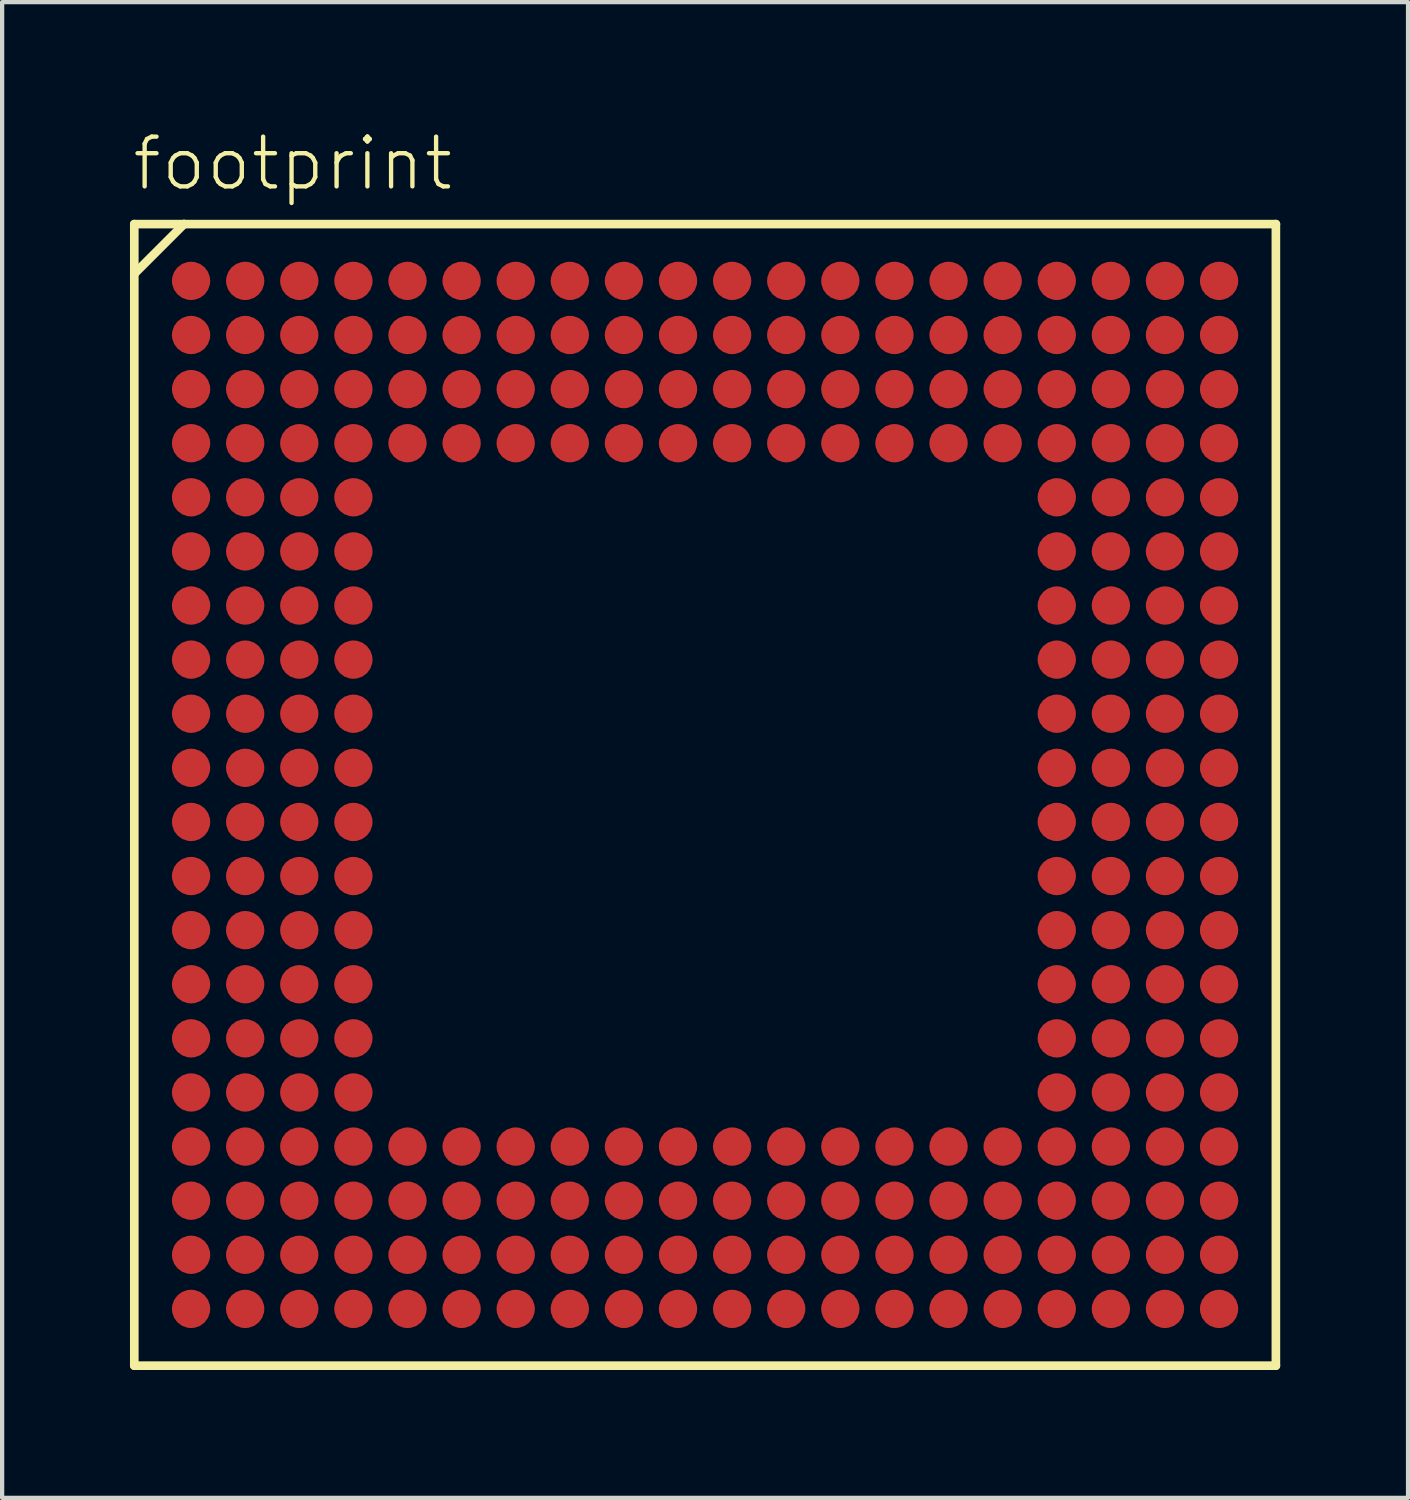
<source format=kicad_pcb>
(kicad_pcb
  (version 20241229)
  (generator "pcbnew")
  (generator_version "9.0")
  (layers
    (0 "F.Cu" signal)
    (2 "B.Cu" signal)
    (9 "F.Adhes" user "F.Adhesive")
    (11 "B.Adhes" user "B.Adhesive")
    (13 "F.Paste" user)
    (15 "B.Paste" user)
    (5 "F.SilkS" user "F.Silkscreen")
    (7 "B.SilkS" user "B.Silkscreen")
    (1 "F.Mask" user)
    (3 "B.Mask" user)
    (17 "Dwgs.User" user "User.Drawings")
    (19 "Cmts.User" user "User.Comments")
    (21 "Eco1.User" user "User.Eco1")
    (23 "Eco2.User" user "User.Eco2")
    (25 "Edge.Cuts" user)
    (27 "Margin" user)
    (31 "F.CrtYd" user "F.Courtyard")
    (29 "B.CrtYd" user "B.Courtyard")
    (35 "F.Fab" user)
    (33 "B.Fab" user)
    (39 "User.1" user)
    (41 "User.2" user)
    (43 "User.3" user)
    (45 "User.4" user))
  (footprint "footprint"
    (layer "F.Cu")
    (at 13.5 15.608)
    (property "Reference" "footprint" (at -13.5 -14.135 0) (layer "F.SilkS") (effects (font (size 1.168 1.168) (thickness 0.102)) (justify left bottom)))
    (fp_circle (center -12.065 -12.065) (end -11.84 -12.065) (stroke (width 0.45) (type solid)) (fill yes) (layer "F.Mask"))
    (fp_circle (center -12.065 -10.795) (end -11.84 -10.795) (stroke (width 0.45) (type solid)) (fill yes) (layer "F.Mask"))
    (fp_circle (center -12.065 -9.525) (end -11.84 -9.525) (stroke (width 0.45) (type solid)) (fill yes) (layer "F.Mask"))
    (fp_circle (center -12.065 -8.255) (end -11.84 -8.255) (stroke (width 0.45) (type solid)) (fill yes) (layer "F.Mask"))
    (fp_circle (center -12.065 -6.985) (end -11.84 -6.985) (stroke (width 0.45) (type solid)) (fill yes) (layer "F.Mask"))
    (fp_circle (center -12.065 -5.715) (end -11.84 -5.715) (stroke (width 0.45) (type solid)) (fill yes) (layer "F.Mask"))
    (fp_circle (center -12.065 -4.445) (end -11.84 -4.445) (stroke (width 0.45) (type solid)) (fill yes) (layer "F.Mask"))
    (fp_circle (center -12.065 -3.175) (end -11.84 -3.175) (stroke (width 0.45) (type solid)) (fill yes) (layer "F.Mask"))
    (fp_circle (center -12.065 -1.905) (end -11.84 -1.905) (stroke (width 0.45) (type solid)) (fill yes) (layer "F.Mask"))
    (fp_circle (center -12.065 -0.635) (end -11.84 -0.635) (stroke (width 0.45) (type solid)) (fill yes) (layer "F.Mask"))
    (fp_circle (center -12.065 0.635) (end -11.84 0.635) (stroke (width 0.45) (type solid)) (fill yes) (layer "F.Mask"))
    (fp_circle (center -12.065 1.905) (end -11.84 1.905) (stroke (width 0.45) (type solid)) (fill yes) (layer "F.Mask"))
    (fp_circle (center -12.065 3.175) (end -11.84 3.175) (stroke (width 0.45) (type solid)) (fill yes) (layer "F.Mask"))
    (fp_circle (center -12.065 4.445) (end -11.84 4.445) (stroke (width 0.45) (type solid)) (fill yes) (layer "F.Mask"))
    (fp_circle (center -12.065 5.715) (end -11.84 5.715) (stroke (width 0.45) (type solid)) (fill yes) (layer "F.Mask"))
    (fp_circle (center -12.065 6.985) (end -11.84 6.985) (stroke (width 0.45) (type solid)) (fill yes) (layer "F.Mask"))
    (fp_circle (center -12.065 8.255) (end -11.84 8.255) (stroke (width 0.45) (type solid)) (fill yes) (layer "F.Mask"))
    (fp_circle (center -12.065 9.525) (end -11.84 9.525) (stroke (width 0.45) (type solid)) (fill yes) (layer "F.Mask"))
    (fp_circle (center -12.065 10.795) (end -11.84 10.795) (stroke (width 0.45) (type solid)) (fill yes) (layer "F.Mask"))
    (fp_circle (center -12.065 12.065) (end -11.84 12.065) (stroke (width 0.45) (type solid)) (fill yes) (layer "F.Mask"))
    (fp_circle (center -10.795 -12.065) (end -10.57 -12.065) (stroke (width 0.45) (type solid)) (fill yes) (layer "F.Mask"))
    (fp_circle (center -10.795 -10.795) (end -10.57 -10.795) (stroke (width 0.45) (type solid)) (fill yes) (layer "F.Mask"))
    (fp_circle (center -10.795 -9.525) (end -10.57 -9.525) (stroke (width 0.45) (type solid)) (fill yes) (layer "F.Mask"))
    (fp_circle (center -10.795 -8.255) (end -10.57 -8.255) (stroke (width 0.45) (type solid)) (fill yes) (layer "F.Mask"))
    (fp_circle (center -10.795 -6.985) (end -10.57 -6.985) (stroke (width 0.45) (type solid)) (fill yes) (layer "F.Mask"))
    (fp_circle (center -10.795 -5.715) (end -10.57 -5.715) (stroke (width 0.45) (type solid)) (fill yes) (layer "F.Mask"))
    (fp_circle (center -10.795 -4.445) (end -10.57 -4.445) (stroke (width 0.45) (type solid)) (fill yes) (layer "F.Mask"))
    (fp_circle (center -10.795 -3.175) (end -10.57 -3.175) (stroke (width 0.45) (type solid)) (fill yes) (layer "F.Mask"))
    (fp_circle (center -10.795 -1.905) (end -10.57 -1.905) (stroke (width 0.45) (type solid)) (fill yes) (layer "F.Mask"))
    (fp_circle (center -10.795 -0.635) (end -10.57 -0.635) (stroke (width 0.45) (type solid)) (fill yes) (layer "F.Mask"))
    (fp_circle (center -10.795 0.635) (end -10.57 0.635) (stroke (width 0.45) (type solid)) (fill yes) (layer "F.Mask"))
    (fp_circle (center -10.795 1.905) (end -10.57 1.905) (stroke (width 0.45) (type solid)) (fill yes) (layer "F.Mask"))
    (fp_circle (center -10.795 3.175) (end -10.57 3.175) (stroke (width 0.45) (type solid)) (fill yes) (layer "F.Mask"))
    (fp_circle (center -10.795 4.445) (end -10.57 4.445) (stroke (width 0.45) (type solid)) (fill yes) (layer "F.Mask"))
    (fp_circle (center -10.795 5.715) (end -10.57 5.715) (stroke (width 0.45) (type solid)) (fill yes) (layer "F.Mask"))
    (fp_circle (center -10.795 6.985) (end -10.57 6.985) (stroke (width 0.45) (type solid)) (fill yes) (layer "F.Mask"))
    (fp_circle (center -10.795 8.255) (end -10.57 8.255) (stroke (width 0.45) (type solid)) (fill yes) (layer "F.Mask"))
    (fp_circle (center -10.795 9.525) (end -10.57 9.525) (stroke (width 0.45) (type solid)) (fill yes) (layer "F.Mask"))
    (fp_circle (center -10.795 10.795) (end -10.57 10.795) (stroke (width 0.45) (type solid)) (fill yes) (layer "F.Mask"))
    (fp_circle (center -10.795 12.065) (end -10.57 12.065) (stroke (width 0.45) (type solid)) (fill yes) (layer "F.Mask"))
    (fp_circle (center -9.525 -12.065) (end -9.3 -12.065) (stroke (width 0.45) (type solid)) (fill yes) (layer "F.Mask"))
    (fp_circle (center -9.525 -10.795) (end -9.3 -10.795) (stroke (width 0.45) (type solid)) (fill yes) (layer "F.Mask"))
    (fp_circle (center -9.525 -9.525) (end -9.3 -9.525) (stroke (width 0.45) (type solid)) (fill yes) (layer "F.Mask"))
    (fp_circle (center -9.525 -8.255) (end -9.3 -8.255) (stroke (width 0.45) (type solid)) (fill yes) (layer "F.Mask"))
    (fp_circle (center -9.525 -6.985) (end -9.3 -6.985) (stroke (width 0.45) (type solid)) (fill yes) (layer "F.Mask"))
    (fp_circle (center -9.525 -5.715) (end -9.3 -5.715) (stroke (width 0.45) (type solid)) (fill yes) (layer "F.Mask"))
    (fp_circle (center -9.525 -4.445) (end -9.3 -4.445) (stroke (width 0.45) (type solid)) (fill yes) (layer "F.Mask"))
    (fp_circle (center -9.525 -3.175) (end -9.3 -3.175) (stroke (width 0.45) (type solid)) (fill yes) (layer "F.Mask"))
    (fp_circle (center -9.525 -1.905) (end -9.3 -1.905) (stroke (width 0.45) (type solid)) (fill yes) (layer "F.Mask"))
    (fp_circle (center -9.525 -0.635) (end -9.3 -0.635) (stroke (width 0.45) (type solid)) (fill yes) (layer "F.Mask"))
    (fp_circle (center -9.525 0.635) (end -9.3 0.635) (stroke (width 0.45) (type solid)) (fill yes) (layer "F.Mask"))
    (fp_circle (center -9.525 1.905) (end -9.3 1.905) (stroke (width 0.45) (type solid)) (fill yes) (layer "F.Mask"))
    (fp_circle (center -9.525 3.175) (end -9.3 3.175) (stroke (width 0.45) (type solid)) (fill yes) (layer "F.Mask"))
    (fp_circle (center -9.525 4.445) (end -9.3 4.445) (stroke (width 0.45) (type solid)) (fill yes) (layer "F.Mask"))
    (fp_circle (center -9.525 5.715) (end -9.3 5.715) (stroke (width 0.45) (type solid)) (fill yes) (layer "F.Mask"))
    (fp_circle (center -9.525 6.985) (end -9.3 6.985) (stroke (width 0.45) (type solid)) (fill yes) (layer "F.Mask"))
    (fp_circle (center -9.525 8.255) (end -9.3 8.255) (stroke (width 0.45) (type solid)) (fill yes) (layer "F.Mask"))
    (fp_circle (center -9.525 9.525) (end -9.3 9.525) (stroke (width 0.45) (type solid)) (fill yes) (layer "F.Mask"))
    (fp_circle (center -9.525 10.795) (end -9.3 10.795) (stroke (width 0.45) (type solid)) (fill yes) (layer "F.Mask"))
    (fp_circle (center -9.525 12.065) (end -9.3 12.065) (stroke (width 0.45) (type solid)) (fill yes) (layer "F.Mask"))
    (fp_circle (center -8.255 -12.065) (end -8.03 -12.065) (stroke (width 0.45) (type solid)) (fill yes) (layer "F.Mask"))
    (fp_circle (center -8.255 -10.795) (end -8.03 -10.795) (stroke (width 0.45) (type solid)) (fill yes) (layer "F.Mask"))
    (fp_circle (center -8.255 -9.525) (end -8.03 -9.525) (stroke (width 0.45) (type solid)) (fill yes) (layer "F.Mask"))
    (fp_circle (center -8.255 -8.255) (end -8.03 -8.255) (stroke (width 0.45) (type solid)) (fill yes) (layer "F.Mask"))
    (fp_circle (center -8.255 -6.985) (end -8.03 -6.985) (stroke (width 0.45) (type solid)) (fill yes) (layer "F.Mask"))
    (fp_circle (center -8.255 -5.715) (end -8.03 -5.715) (stroke (width 0.45) (type solid)) (fill yes) (layer "F.Mask"))
    (fp_circle (center -8.255 -4.445) (end -8.03 -4.445) (stroke (width 0.45) (type solid)) (fill yes) (layer "F.Mask"))
    (fp_circle (center -8.255 -3.175) (end -8.03 -3.175) (stroke (width 0.45) (type solid)) (fill yes) (layer "F.Mask"))
    (fp_circle (center -8.255 -1.905) (end -8.03 -1.905) (stroke (width 0.45) (type solid)) (fill yes) (layer "F.Mask"))
    (fp_circle (center -8.255 -0.635) (end -8.03 -0.635) (stroke (width 0.45) (type solid)) (fill yes) (layer "F.Mask"))
    (fp_circle (center -8.255 0.635) (end -8.03 0.635) (stroke (width 0.45) (type solid)) (fill yes) (layer "F.Mask"))
    (fp_circle (center -8.255 1.905) (end -8.03 1.905) (stroke (width 0.45) (type solid)) (fill yes) (layer "F.Mask"))
    (fp_circle (center -8.255 3.175) (end -8.03 3.175) (stroke (width 0.45) (type solid)) (fill yes) (layer "F.Mask"))
    (fp_circle (center -8.255 4.445) (end -8.03 4.445) (stroke (width 0.45) (type solid)) (fill yes) (layer "F.Mask"))
    (fp_circle (center -8.255 5.715) (end -8.03 5.715) (stroke (width 0.45) (type solid)) (fill yes) (layer "F.Mask"))
    (fp_circle (center -8.255 6.985) (end -8.03 6.985) (stroke (width 0.45) (type solid)) (fill yes) (layer "F.Mask"))
    (fp_circle (center -8.255 8.255) (end -8.03 8.255) (stroke (width 0.45) (type solid)) (fill yes) (layer "F.Mask"))
    (fp_circle (center -8.255 9.525) (end -8.03 9.525) (stroke (width 0.45) (type solid)) (fill yes) (layer "F.Mask"))
    (fp_circle (center -8.255 10.795) (end -8.03 10.795) (stroke (width 0.45) (type solid)) (fill yes) (layer "F.Mask"))
    (fp_circle (center -8.255 12.065) (end -8.03 12.065) (stroke (width 0.45) (type solid)) (fill yes) (layer "F.Mask"))
    (fp_circle (center -6.985 -12.065) (end -6.76 -12.065) (stroke (width 0.45) (type solid)) (fill yes) (layer "F.Mask"))
    (fp_circle (center -6.985 -10.795) (end -6.76 -10.795) (stroke (width 0.45) (type solid)) (fill yes) (layer "F.Mask"))
    (fp_circle (center -6.985 -9.525) (end -6.76 -9.525) (stroke (width 0.45) (type solid)) (fill yes) (layer "F.Mask"))
    (fp_circle (center -6.985 -8.255) (end -6.76 -8.255) (stroke (width 0.45) (type solid)) (fill yes) (layer "F.Mask"))
    (fp_circle (center -6.985 8.255) (end -6.76 8.255) (stroke (width 0.45) (type solid)) (fill yes) (layer "F.Mask"))
    (fp_circle (center -6.985 9.525) (end -6.76 9.525) (stroke (width 0.45) (type solid)) (fill yes) (layer "F.Mask"))
    (fp_circle (center -6.985 10.795) (end -6.76 10.795) (stroke (width 0.45) (type solid)) (fill yes) (layer "F.Mask"))
    (fp_circle (center -6.985 12.065) (end -6.76 12.065) (stroke (width 0.45) (type solid)) (fill yes) (layer "F.Mask"))
    (fp_circle (center -5.715 -12.065) (end -5.49 -12.065) (stroke (width 0.45) (type solid)) (fill yes) (layer "F.Mask"))
    (fp_circle (center -5.715 -10.795) (end -5.49 -10.795) (stroke (width 0.45) (type solid)) (fill yes) (layer "F.Mask"))
    (fp_circle (center -5.715 -9.525) (end -5.49 -9.525) (stroke (width 0.45) (type solid)) (fill yes) (layer "F.Mask"))
    (fp_circle (center -5.715 -8.255) (end -5.49 -8.255) (stroke (width 0.45) (type solid)) (fill yes) (layer "F.Mask"))
    (fp_circle (center -5.715 8.255) (end -5.49 8.255) (stroke (width 0.45) (type solid)) (fill yes) (layer "F.Mask"))
    (fp_circle (center -5.715 9.525) (end -5.49 9.525) (stroke (width 0.45) (type solid)) (fill yes) (layer "F.Mask"))
    (fp_circle (center -5.715 10.795) (end -5.49 10.795) (stroke (width 0.45) (type solid)) (fill yes) (layer "F.Mask"))
    (fp_circle (center -5.715 12.065) (end -5.49 12.065) (stroke (width 0.45) (type solid)) (fill yes) (layer "F.Mask"))
    (fp_circle (center -4.445 -12.065) (end -4.22 -12.065) (stroke (width 0.45) (type solid)) (fill yes) (layer "F.Mask"))
    (fp_circle (center -4.445 -10.795) (end -4.22 -10.795) (stroke (width 0.45) (type solid)) (fill yes) (layer "F.Mask"))
    (fp_circle (center -4.445 -9.525) (end -4.22 -9.525) (stroke (width 0.45) (type solid)) (fill yes) (layer "F.Mask"))
    (fp_circle (center -4.445 -8.255) (end -4.22 -8.255) (stroke (width 0.45) (type solid)) (fill yes) (layer "F.Mask"))
    (fp_circle (center -4.445 8.255) (end -4.22 8.255) (stroke (width 0.45) (type solid)) (fill yes) (layer "F.Mask"))
    (fp_circle (center -4.445 9.525) (end -4.22 9.525) (stroke (width 0.45) (type solid)) (fill yes) (layer "F.Mask"))
    (fp_circle (center -4.445 10.795) (end -4.22 10.795) (stroke (width 0.45) (type solid)) (fill yes) (layer "F.Mask"))
    (fp_circle (center -4.445 12.065) (end -4.22 12.065) (stroke (width 0.45) (type solid)) (fill yes) (layer "F.Mask"))
    (fp_circle (center -3.175 -12.065) (end -2.95 -12.065) (stroke (width 0.45) (type solid)) (fill yes) (layer "F.Mask"))
    (fp_circle (center -3.175 -10.795) (end -2.95 -10.795) (stroke (width 0.45) (type solid)) (fill yes) (layer "F.Mask"))
    (fp_circle (center -3.175 -9.525) (end -2.95 -9.525) (stroke (width 0.45) (type solid)) (fill yes) (layer "F.Mask"))
    (fp_circle (center -3.175 -8.255) (end -2.95 -8.255) (stroke (width 0.45) (type solid)) (fill yes) (layer "F.Mask"))
    (fp_circle (center -3.175 8.255) (end -2.95 8.255) (stroke (width 0.45) (type solid)) (fill yes) (layer "F.Mask"))
    (fp_circle (center -3.175 9.525) (end -2.95 9.525) (stroke (width 0.45) (type solid)) (fill yes) (layer "F.Mask"))
    (fp_circle (center -3.175 10.795) (end -2.95 10.795) (stroke (width 0.45) (type solid)) (fill yes) (layer "F.Mask"))
    (fp_circle (center -3.175 12.065) (end -2.95 12.065) (stroke (width 0.45) (type solid)) (fill yes) (layer "F.Mask"))
    (fp_circle (center -1.905 -12.065) (end -1.68 -12.065) (stroke (width 0.45) (type solid)) (fill yes) (layer "F.Mask"))
    (fp_circle (center -1.905 -10.795) (end -1.68 -10.795) (stroke (width 0.45) (type solid)) (fill yes) (layer "F.Mask"))
    (fp_circle (center -1.905 -9.525) (end -1.68 -9.525) (stroke (width 0.45) (type solid)) (fill yes) (layer "F.Mask"))
    (fp_circle (center -1.905 -8.255) (end -1.68 -8.255) (stroke (width 0.45) (type solid)) (fill yes) (layer "F.Mask"))
    (fp_circle (center -1.905 8.255) (end -1.68 8.255) (stroke (width 0.45) (type solid)) (fill yes) (layer "F.Mask"))
    (fp_circle (center -1.905 9.525) (end -1.68 9.525) (stroke (width 0.45) (type solid)) (fill yes) (layer "F.Mask"))
    (fp_circle (center -1.905 10.795) (end -1.68 10.795) (stroke (width 0.45) (type solid)) (fill yes) (layer "F.Mask"))
    (fp_circle (center -1.905 12.065) (end -1.68 12.065) (stroke (width 0.45) (type solid)) (fill yes) (layer "F.Mask"))
    (fp_circle (center -0.635 -12.065) (end -0.41 -12.065) (stroke (width 0.45) (type solid)) (fill yes) (layer "F.Mask"))
    (fp_circle (center -0.635 -10.795) (end -0.41 -10.795) (stroke (width 0.45) (type solid)) (fill yes) (layer "F.Mask"))
    (fp_circle (center -0.635 -9.525) (end -0.41 -9.525) (stroke (width 0.45) (type solid)) (fill yes) (layer "F.Mask"))
    (fp_circle (center -0.635 -8.255) (end -0.41 -8.255) (stroke (width 0.45) (type solid)) (fill yes) (layer "F.Mask"))
    (fp_circle (center -0.635 8.255) (end -0.41 8.255) (stroke (width 0.45) (type solid)) (fill yes) (layer "F.Mask"))
    (fp_circle (center -0.635 9.525) (end -0.41 9.525) (stroke (width 0.45) (type solid)) (fill yes) (layer "F.Mask"))
    (fp_circle (center -0.635 10.795) (end -0.41 10.795) (stroke (width 0.45) (type solid)) (fill yes) (layer "F.Mask"))
    (fp_circle (center -0.635 12.065) (end -0.41 12.065) (stroke (width 0.45) (type solid)) (fill yes) (layer "F.Mask"))
    (fp_circle (center 0.635 -12.065) (end 0.86 -12.065) (stroke (width 0.45) (type solid)) (fill yes) (layer "F.Mask"))
    (fp_circle (center 0.635 -10.795) (end 0.86 -10.795) (stroke (width 0.45) (type solid)) (fill yes) (layer "F.Mask"))
    (fp_circle (center 0.635 -9.525) (end 0.86 -9.525) (stroke (width 0.45) (type solid)) (fill yes) (layer "F.Mask"))
    (fp_circle (center 0.635 -8.255) (end 0.86 -8.255) (stroke (width 0.45) (type solid)) (fill yes) (layer "F.Mask"))
    (fp_circle (center 0.635 8.255) (end 0.86 8.255) (stroke (width 0.45) (type solid)) (fill yes) (layer "F.Mask"))
    (fp_circle (center 0.635 9.525) (end 0.86 9.525) (stroke (width 0.45) (type solid)) (fill yes) (layer "F.Mask"))
    (fp_circle (center 0.635 10.795) (end 0.86 10.795) (stroke (width 0.45) (type solid)) (fill yes) (layer "F.Mask"))
    (fp_circle (center 0.635 12.065) (end 0.86 12.065) (stroke (width 0.45) (type solid)) (fill yes) (layer "F.Mask"))
    (fp_circle (center 1.905 -12.065) (end 2.13 -12.065) (stroke (width 0.45) (type solid)) (fill yes) (layer "F.Mask"))
    (fp_circle (center 1.905 -10.795) (end 2.13 -10.795) (stroke (width 0.45) (type solid)) (fill yes) (layer "F.Mask"))
    (fp_circle (center 1.905 -9.525) (end 2.13 -9.525) (stroke (width 0.45) (type solid)) (fill yes) (layer "F.Mask"))
    (fp_circle (center 1.905 -8.255) (end 2.13 -8.255) (stroke (width 0.45) (type solid)) (fill yes) (layer "F.Mask"))
    (fp_circle (center 1.905 8.255) (end 2.13 8.255) (stroke (width 0.45) (type solid)) (fill yes) (layer "F.Mask"))
    (fp_circle (center 1.905 9.525) (end 2.13 9.525) (stroke (width 0.45) (type solid)) (fill yes) (layer "F.Mask"))
    (fp_circle (center 1.905 10.795) (end 2.13 10.795) (stroke (width 0.45) (type solid)) (fill yes) (layer "F.Mask"))
    (fp_circle (center 1.905 12.065) (end 2.13 12.065) (stroke (width 0.45) (type solid)) (fill yes) (layer "F.Mask"))
    (fp_circle (center 3.175 -12.065) (end 3.4 -12.065) (stroke (width 0.45) (type solid)) (fill yes) (layer "F.Mask"))
    (fp_circle (center 3.175 -10.795) (end 3.4 -10.795) (stroke (width 0.45) (type solid)) (fill yes) (layer "F.Mask"))
    (fp_circle (center 3.175 -9.525) (end 3.4 -9.525) (stroke (width 0.45) (type solid)) (fill yes) (layer "F.Mask"))
    (fp_circle (center 3.175 -8.255) (end 3.4 -8.255) (stroke (width 0.45) (type solid)) (fill yes) (layer "F.Mask"))
    (fp_circle (center 3.175 8.255) (end 3.4 8.255) (stroke (width 0.45) (type solid)) (fill yes) (layer "F.Mask"))
    (fp_circle (center 3.175 9.525) (end 3.4 9.525) (stroke (width 0.45) (type solid)) (fill yes) (layer "F.Mask"))
    (fp_circle (center 3.175 10.795) (end 3.4 10.795) (stroke (width 0.45) (type solid)) (fill yes) (layer "F.Mask"))
    (fp_circle (center 3.175 12.065) (end 3.4 12.065) (stroke (width 0.45) (type solid)) (fill yes) (layer "F.Mask"))
    (fp_circle (center 4.445 -12.065) (end 4.67 -12.065) (stroke (width 0.45) (type solid)) (fill yes) (layer "F.Mask"))
    (fp_circle (center 4.445 -10.795) (end 4.67 -10.795) (stroke (width 0.45) (type solid)) (fill yes) (layer "F.Mask"))
    (fp_circle (center 4.445 -9.525) (end 4.67 -9.525) (stroke (width 0.45) (type solid)) (fill yes) (layer "F.Mask"))
    (fp_circle (center 4.445 -8.255) (end 4.67 -8.255) (stroke (width 0.45) (type solid)) (fill yes) (layer "F.Mask"))
    (fp_circle (center 4.445 8.255) (end 4.67 8.255) (stroke (width 0.45) (type solid)) (fill yes) (layer "F.Mask"))
    (fp_circle (center 4.445 9.525) (end 4.67 9.525) (stroke (width 0.45) (type solid)) (fill yes) (layer "F.Mask"))
    (fp_circle (center 4.445 10.795) (end 4.67 10.795) (stroke (width 0.45) (type solid)) (fill yes) (layer "F.Mask"))
    (fp_circle (center 4.445 12.065) (end 4.67 12.065) (stroke (width 0.45) (type solid)) (fill yes) (layer "F.Mask"))
    (fp_circle (center 5.715 -12.065) (end 5.94 -12.065) (stroke (width 0.45) (type solid)) (fill yes) (layer "F.Mask"))
    (fp_circle (center 5.715 -10.795) (end 5.94 -10.795) (stroke (width 0.45) (type solid)) (fill yes) (layer "F.Mask"))
    (fp_circle (center 5.715 -9.525) (end 5.94 -9.525) (stroke (width 0.45) (type solid)) (fill yes) (layer "F.Mask"))
    (fp_circle (center 5.715 -8.255) (end 5.94 -8.255) (stroke (width 0.45) (type solid)) (fill yes) (layer "F.Mask"))
    (fp_circle (center 5.715 8.255) (end 5.94 8.255) (stroke (width 0.45) (type solid)) (fill yes) (layer "F.Mask"))
    (fp_circle (center 5.715 9.525) (end 5.94 9.525) (stroke (width 0.45) (type solid)) (fill yes) (layer "F.Mask"))
    (fp_circle (center 5.715 10.795) (end 5.94 10.795) (stroke (width 0.45) (type solid)) (fill yes) (layer "F.Mask"))
    (fp_circle (center 5.715 12.065) (end 5.94 12.065) (stroke (width 0.45) (type solid)) (fill yes) (layer "F.Mask"))
    (fp_circle (center 6.985 -12.065) (end 7.21 -12.065) (stroke (width 0.45) (type solid)) (fill yes) (layer "F.Mask"))
    (fp_circle (center 6.985 -10.795) (end 7.21 -10.795) (stroke (width 0.45) (type solid)) (fill yes) (layer "F.Mask"))
    (fp_circle (center 6.985 -9.525) (end 7.21 -9.525) (stroke (width 0.45) (type solid)) (fill yes) (layer "F.Mask"))
    (fp_circle (center 6.985 -8.255) (end 7.21 -8.255) (stroke (width 0.45) (type solid)) (fill yes) (layer "F.Mask"))
    (fp_circle (center 6.985 8.255) (end 7.21 8.255) (stroke (width 0.45) (type solid)) (fill yes) (layer "F.Mask"))
    (fp_circle (center 6.985 9.525) (end 7.21 9.525) (stroke (width 0.45) (type solid)) (fill yes) (layer "F.Mask"))
    (fp_circle (center 6.985 10.795) (end 7.21 10.795) (stroke (width 0.45) (type solid)) (fill yes) (layer "F.Mask"))
    (fp_circle (center 6.985 12.065) (end 7.21 12.065) (stroke (width 0.45) (type solid)) (fill yes) (layer "F.Mask"))
    (fp_circle (center 8.255 -12.065) (end 8.48 -12.065) (stroke (width 0.45) (type solid)) (fill yes) (layer "F.Mask"))
    (fp_circle (center 8.255 -10.795) (end 8.48 -10.795) (stroke (width 0.45) (type solid)) (fill yes) (layer "F.Mask"))
    (fp_circle (center 8.255 -9.525) (end 8.48 -9.525) (stroke (width 0.45) (type solid)) (fill yes) (layer "F.Mask"))
    (fp_circle (center 8.255 -8.255) (end 8.48 -8.255) (stroke (width 0.45) (type solid)) (fill yes) (layer "F.Mask"))
    (fp_circle (center 8.255 -6.985) (end 8.48 -6.985) (stroke (width 0.45) (type solid)) (fill yes) (layer "F.Mask"))
    (fp_circle (center 8.255 -5.715) (end 8.48 -5.715) (stroke (width 0.45) (type solid)) (fill yes) (layer "F.Mask"))
    (fp_circle (center 8.255 -4.445) (end 8.48 -4.445) (stroke (width 0.45) (type solid)) (fill yes) (layer "F.Mask"))
    (fp_circle (center 8.255 -3.175) (end 8.48 -3.175) (stroke (width 0.45) (type solid)) (fill yes) (layer "F.Mask"))
    (fp_circle (center 8.255 -1.905) (end 8.48 -1.905) (stroke (width 0.45) (type solid)) (fill yes) (layer "F.Mask"))
    (fp_circle (center 8.255 -0.635) (end 8.48 -0.635) (stroke (width 0.45) (type solid)) (fill yes) (layer "F.Mask"))
    (fp_circle (center 8.255 0.635) (end 8.48 0.635) (stroke (width 0.45) (type solid)) (fill yes) (layer "F.Mask"))
    (fp_circle (center 8.255 1.905) (end 8.48 1.905) (stroke (width 0.45) (type solid)) (fill yes) (layer "F.Mask"))
    (fp_circle (center 8.255 3.175) (end 8.48 3.175) (stroke (width 0.45) (type solid)) (fill yes) (layer "F.Mask"))
    (fp_circle (center 8.255 4.445) (end 8.48 4.445) (stroke (width 0.45) (type solid)) (fill yes) (layer "F.Mask"))
    (fp_circle (center 8.255 5.715) (end 8.48 5.715) (stroke (width 0.45) (type solid)) (fill yes) (layer "F.Mask"))
    (fp_circle (center 8.255 6.985) (end 8.48 6.985) (stroke (width 0.45) (type solid)) (fill yes) (layer "F.Mask"))
    (fp_circle (center 8.255 8.255) (end 8.48 8.255) (stroke (width 0.45) (type solid)) (fill yes) (layer "F.Mask"))
    (fp_circle (center 8.255 9.525) (end 8.48 9.525) (stroke (width 0.45) (type solid)) (fill yes) (layer "F.Mask"))
    (fp_circle (center 8.255 10.795) (end 8.48 10.795) (stroke (width 0.45) (type solid)) (fill yes) (layer "F.Mask"))
    (fp_circle (center 8.255 12.065) (end 8.48 12.065) (stroke (width 0.45) (type solid)) (fill yes) (layer "F.Mask"))
    (fp_circle (center 9.525 -12.065) (end 9.75 -12.065) (stroke (width 0.45) (type solid)) (fill yes) (layer "F.Mask"))
    (fp_circle (center 9.525 -10.795) (end 9.75 -10.795) (stroke (width 0.45) (type solid)) (fill yes) (layer "F.Mask"))
    (fp_circle (center 9.525 -9.525) (end 9.75 -9.525) (stroke (width 0.45) (type solid)) (fill yes) (layer "F.Mask"))
    (fp_circle (center 9.525 -8.255) (end 9.75 -8.255) (stroke (width 0.45) (type solid)) (fill yes) (layer "F.Mask"))
    (fp_circle (center 9.525 -6.985) (end 9.75 -6.985) (stroke (width 0.45) (type solid)) (fill yes) (layer "F.Mask"))
    (fp_circle (center 9.525 -5.715) (end 9.75 -5.715) (stroke (width 0.45) (type solid)) (fill yes) (layer "F.Mask"))
    (fp_circle (center 9.525 -4.445) (end 9.75 -4.445) (stroke (width 0.45) (type solid)) (fill yes) (layer "F.Mask"))
    (fp_circle (center 9.525 -3.175) (end 9.75 -3.175) (stroke (width 0.45) (type solid)) (fill yes) (layer "F.Mask"))
    (fp_circle (center 9.525 -1.905) (end 9.75 -1.905) (stroke (width 0.45) (type solid)) (fill yes) (layer "F.Mask"))
    (fp_circle (center 9.525 -0.635) (end 9.75 -0.635) (stroke (width 0.45) (type solid)) (fill yes) (layer "F.Mask"))
    (fp_circle (center 9.525 0.635) (end 9.75 0.635) (stroke (width 0.45) (type solid)) (fill yes) (layer "F.Mask"))
    (fp_circle (center 9.525 1.905) (end 9.75 1.905) (stroke (width 0.45) (type solid)) (fill yes) (layer "F.Mask"))
    (fp_circle (center 9.525 3.175) (end 9.75 3.175) (stroke (width 0.45) (type solid)) (fill yes) (layer "F.Mask"))
    (fp_circle (center 9.525 4.445) (end 9.75 4.445) (stroke (width 0.45) (type solid)) (fill yes) (layer "F.Mask"))
    (fp_circle (center 9.525 5.715) (end 9.75 5.715) (stroke (width 0.45) (type solid)) (fill yes) (layer "F.Mask"))
    (fp_circle (center 9.525 6.985) (end 9.75 6.985) (stroke (width 0.45) (type solid)) (fill yes) (layer "F.Mask"))
    (fp_circle (center 9.525 8.255) (end 9.75 8.255) (stroke (width 0.45) (type solid)) (fill yes) (layer "F.Mask"))
    (fp_circle (center 9.525 9.525) (end 9.75 9.525) (stroke (width 0.45) (type solid)) (fill yes) (layer "F.Mask"))
    (fp_circle (center 9.525 10.795) (end 9.75 10.795) (stroke (width 0.45) (type solid)) (fill yes) (layer "F.Mask"))
    (fp_circle (center 9.525 12.065) (end 9.75 12.065) (stroke (width 0.45) (type solid)) (fill yes) (layer "F.Mask"))
    (fp_circle (center 10.795 -12.065) (end 11.02 -12.065) (stroke (width 0.45) (type solid)) (fill yes) (layer "F.Mask"))
    (fp_circle (center 10.795 -10.795) (end 11.02 -10.795) (stroke (width 0.45) (type solid)) (fill yes) (layer "F.Mask"))
    (fp_circle (center 10.795 -9.525) (end 11.02 -9.525) (stroke (width 0.45) (type solid)) (fill yes) (layer "F.Mask"))
    (fp_circle (center 10.795 -8.255) (end 11.02 -8.255) (stroke (width 0.45) (type solid)) (fill yes) (layer "F.Mask"))
    (fp_circle (center 10.795 -6.985) (end 11.02 -6.985) (stroke (width 0.45) (type solid)) (fill yes) (layer "F.Mask"))
    (fp_circle (center 10.795 -5.715) (end 11.02 -5.715) (stroke (width 0.45) (type solid)) (fill yes) (layer "F.Mask"))
    (fp_circle (center 10.795 -4.445) (end 11.02 -4.445) (stroke (width 0.45) (type solid)) (fill yes) (layer "F.Mask"))
    (fp_circle (center 10.795 -3.175) (end 11.02 -3.175) (stroke (width 0.45) (type solid)) (fill yes) (layer "F.Mask"))
    (fp_circle (center 10.795 -1.905) (end 11.02 -1.905) (stroke (width 0.45) (type solid)) (fill yes) (layer "F.Mask"))
    (fp_circle (center 10.795 -0.635) (end 11.02 -0.635) (stroke (width 0.45) (type solid)) (fill yes) (layer "F.Mask"))
    (fp_circle (center 10.795 0.635) (end 11.02 0.635) (stroke (width 0.45) (type solid)) (fill yes) (layer "F.Mask"))
    (fp_circle (center 10.795 1.905) (end 11.02 1.905) (stroke (width 0.45) (type solid)) (fill yes) (layer "F.Mask"))
    (fp_circle (center 10.795 3.175) (end 11.02 3.175) (stroke (width 0.45) (type solid)) (fill yes) (layer "F.Mask"))
    (fp_circle (center 10.795 4.445) (end 11.02 4.445) (stroke (width 0.45) (type solid)) (fill yes) (layer "F.Mask"))
    (fp_circle (center 10.795 5.715) (end 11.02 5.715) (stroke (width 0.45) (type solid)) (fill yes) (layer "F.Mask"))
    (fp_circle (center 10.795 6.985) (end 11.02 6.985) (stroke (width 0.45) (type solid)) (fill yes) (layer "F.Mask"))
    (fp_circle (center 10.795 8.255) (end 11.02 8.255) (stroke (width 0.45) (type solid)) (fill yes) (layer "F.Mask"))
    (fp_circle (center 10.795 9.525) (end 11.02 9.525) (stroke (width 0.45) (type solid)) (fill yes) (layer "F.Mask"))
    (fp_circle (center 10.795 10.795) (end 11.02 10.795) (stroke (width 0.45) (type solid)) (fill yes) (layer "F.Mask"))
    (fp_circle (center 10.795 12.065) (end 11.02 12.065) (stroke (width 0.45) (type solid)) (fill yes) (layer "F.Mask"))
    (fp_circle (center 12.065 -12.065) (end 12.29 -12.065) (stroke (width 0.45) (type solid)) (fill yes) (layer "F.Mask"))
    (fp_circle (center 12.065 -10.795) (end 12.29 -10.795) (stroke (width 0.45) (type solid)) (fill yes) (layer "F.Mask"))
    (fp_circle (center 12.065 -9.525) (end 12.29 -9.525) (stroke (width 0.45) (type solid)) (fill yes) (layer "F.Mask"))
    (fp_circle (center 12.065 -8.255) (end 12.29 -8.255) (stroke (width 0.45) (type solid)) (fill yes) (layer "F.Mask"))
    (fp_circle (center 12.065 -6.985) (end 12.29 -6.985) (stroke (width 0.45) (type solid)) (fill yes) (layer "F.Mask"))
    (fp_circle (center 12.065 -5.715) (end 12.29 -5.715) (stroke (width 0.45) (type solid)) (fill yes) (layer "F.Mask"))
    (fp_circle (center 12.065 -4.445) (end 12.29 -4.445) (stroke (width 0.45) (type solid)) (fill yes) (layer "F.Mask"))
    (fp_circle (center 12.065 -3.175) (end 12.29 -3.175) (stroke (width 0.45) (type solid)) (fill yes) (layer "F.Mask"))
    (fp_circle (center 12.065 -1.905) (end 12.29 -1.905) (stroke (width 0.45) (type solid)) (fill yes) (layer "F.Mask"))
    (fp_circle (center 12.065 -0.635) (end 12.29 -0.635) (stroke (width 0.45) (type solid)) (fill yes) (layer "F.Mask"))
    (fp_circle (center 12.065 0.635) (end 12.29 0.635) (stroke (width 0.45) (type solid)) (fill yes) (layer "F.Mask"))
    (fp_circle (center 12.065 1.905) (end 12.29 1.905) (stroke (width 0.45) (type solid)) (fill yes) (layer "F.Mask"))
    (fp_circle (center 12.065 3.175) (end 12.29 3.175) (stroke (width 0.45) (type solid)) (fill yes) (layer "F.Mask"))
    (fp_circle (center 12.065 4.445) (end 12.29 4.445) (stroke (width 0.45) (type solid)) (fill yes) (layer "F.Mask"))
    (fp_circle (center 12.065 5.715) (end 12.29 5.715) (stroke (width 0.45) (type solid)) (fill yes) (layer "F.Mask"))
    (fp_circle (center 12.065 6.985) (end 12.29 6.985) (stroke (width 0.45) (type solid)) (fill yes) (layer "F.Mask"))
    (fp_circle (center 12.065 8.255) (end 12.29 8.255) (stroke (width 0.45) (type solid)) (fill yes) (layer "F.Mask"))
    (fp_circle (center 12.065 9.525) (end 12.29 9.525) (stroke (width 0.45) (type solid)) (fill yes) (layer "F.Mask"))
    (fp_circle (center 12.065 10.795) (end 12.29 10.795) (stroke (width 0.45) (type solid)) (fill yes) (layer "F.Mask"))
    (fp_circle (center 12.065 12.065) (end 12.29 12.065) (stroke (width 0.45) (type solid)) (fill yes) (layer "F.Mask"))
    (fp_line (start -13.398 -13.398) (end -13.398 -12.23) (stroke (width 0.203) (type solid)) (layer "F.SilkS"))
    (fp_line (start -13.398 -12.23) (end -13.398 13.398) (stroke (width 0.203) (type solid)) (layer "F.SilkS"))
    (fp_line (start -13.398 -12.23) (end -12.23 -13.398) (stroke (width 0.203) (type solid)) (layer "F.SilkS"))
    (fp_line (start -13.398 13.398) (end 13.398 13.398) (stroke (width 0.203) (type solid)) (layer "F.SilkS"))
    (fp_line (start -12.23 -13.398) (end -13.398 -13.398) (stroke (width 0.203) (type solid)) (layer "F.SilkS"))
    (fp_line (start 13.398 -13.398) (end -12.23 -13.398) (stroke (width 0.203) (type solid)) (layer "F.SilkS"))
    (fp_line (start 13.398 13.398) (end 13.398 -13.398) (stroke (width 0.203) (type solid)) (layer "F.SilkS"))
    (pad "A1" smd roundrect (at -12.065 -12.065) (size 0.9 0.9) (layers "F.Cu") (roundrect_rratio 0.5))
    (pad "A2" smd roundrect (at -10.795 -12.065) (size 0.9 0.9) (layers "F.Cu") (roundrect_rratio 0.5))
    (pad "A3" smd roundrect (at -9.525 -12.065) (size 0.9 0.9) (layers "F.Cu") (roundrect_rratio 0.5))
    (pad "A4" smd roundrect (at -8.255 -12.065) (size 0.9 0.9) (layers "F.Cu") (roundrect_rratio 0.5))
    (pad "A5" smd roundrect (at -6.985 -12.065) (size 0.9 0.9) (layers "F.Cu") (roundrect_rratio 0.5))
    (pad "A6" smd roundrect (at -5.715 -12.065) (size 0.9 0.9) (layers "F.Cu") (roundrect_rratio 0.5))
    (pad "A7" smd roundrect (at -4.445 -12.065) (size 0.9 0.9) (layers "F.Cu") (roundrect_rratio 0.5))
    (pad "A8" smd roundrect (at -3.175 -12.065) (size 0.9 0.9) (layers "F.Cu") (roundrect_rratio 0.5))
    (pad "A9" smd roundrect (at -1.905 -12.065) (size 0.9 0.9) (layers "F.Cu") (roundrect_rratio 0.5))
    (pad "A10" smd roundrect (at -0.635 -12.065) (size 0.9 0.9) (layers "F.Cu") (roundrect_rratio 0.5))
    (pad "A11" smd roundrect (at 0.635 -12.065) (size 0.9 0.9) (layers "F.Cu") (roundrect_rratio 0.5))
    (pad "A12" smd roundrect (at 1.905 -12.065) (size 0.9 0.9) (layers "F.Cu") (roundrect_rratio 0.5))
    (pad "A13" smd roundrect (at 3.175 -12.065) (size 0.9 0.9) (layers "F.Cu") (roundrect_rratio 0.5))
    (pad "A14" smd roundrect (at 4.445 -12.065) (size 0.9 0.9) (layers "F.Cu") (roundrect_rratio 0.5))
    (pad "A15" smd roundrect (at 5.715 -12.065) (size 0.9 0.9) (layers "F.Cu") (roundrect_rratio 0.5))
    (pad "A16" smd roundrect (at 6.985 -12.065) (size 0.9 0.9) (layers "F.Cu") (roundrect_rratio 0.5))
    (pad "A17" smd roundrect (at 8.255 -12.065) (size 0.9 0.9) (layers "F.Cu") (roundrect_rratio 0.5))
    (pad "A18" smd roundrect (at 9.525 -12.065) (size 0.9 0.9) (layers "F.Cu") (roundrect_rratio 0.5))
    (pad "A19" smd roundrect (at 10.795 -12.065) (size 0.9 0.9) (layers "F.Cu") (roundrect_rratio 0.5))
    (pad "A20" smd roundrect (at 12.065 -12.065) (size 0.9 0.9) (layers "F.Cu") (roundrect_rratio 0.5))
    (pad "B1" smd roundrect (at -12.065 -10.795) (size 0.9 0.9) (layers "F.Cu") (roundrect_rratio 0.5))
    (pad "B2" smd roundrect (at -10.795 -10.795) (size 0.9 0.9) (layers "F.Cu") (roundrect_rratio 0.5))
    (pad "B3" smd roundrect (at -9.525 -10.795) (size 0.9 0.9) (layers "F.Cu") (roundrect_rratio 0.5))
    (pad "B4" smd roundrect (at -8.255 -10.795) (size 0.9 0.9) (layers "F.Cu") (roundrect_rratio 0.5))
    (pad "B5" smd roundrect (at -6.985 -10.795) (size 0.9 0.9) (layers "F.Cu") (roundrect_rratio 0.5))
    (pad "B6" smd roundrect (at -5.715 -10.795) (size 0.9 0.9) (layers "F.Cu") (roundrect_rratio 0.5))
    (pad "B7" smd roundrect (at -4.445 -10.795) (size 0.9 0.9) (layers "F.Cu") (roundrect_rratio 0.5))
    (pad "B8" smd roundrect (at -3.175 -10.795) (size 0.9 0.9) (layers "F.Cu") (roundrect_rratio 0.5))
    (pad "B9" smd roundrect (at -1.905 -10.795) (size 0.9 0.9) (layers "F.Cu") (roundrect_rratio 0.5))
    (pad "B10" smd roundrect (at -0.635 -10.795) (size 0.9 0.9) (layers "F.Cu") (roundrect_rratio 0.5))
    (pad "B11" smd roundrect (at 0.635 -10.795) (size 0.9 0.9) (layers "F.Cu") (roundrect_rratio 0.5))
    (pad "B12" smd roundrect (at 1.905 -10.795) (size 0.9 0.9) (layers "F.Cu") (roundrect_rratio 0.5))
    (pad "B13" smd roundrect (at 3.175 -10.795) (size 0.9 0.9) (layers "F.Cu") (roundrect_rratio 0.5))
    (pad "B14" smd roundrect (at 4.445 -10.795) (size 0.9 0.9) (layers "F.Cu") (roundrect_rratio 0.5))
    (pad "B15" smd roundrect (at 5.715 -10.795) (size 0.9 0.9) (layers "F.Cu") (roundrect_rratio 0.5))
    (pad "B16" smd roundrect (at 6.985 -10.795) (size 0.9 0.9) (layers "F.Cu") (roundrect_rratio 0.5))
    (pad "B17" smd roundrect (at 8.255 -10.795) (size 0.9 0.9) (layers "F.Cu") (roundrect_rratio 0.5))
    (pad "B18" smd roundrect (at 9.525 -10.795) (size 0.9 0.9) (layers "F.Cu") (roundrect_rratio 0.5))
    (pad "B19" smd roundrect (at 10.795 -10.795) (size 0.9 0.9) (layers "F.Cu") (roundrect_rratio 0.5))
    (pad "B20" smd roundrect (at 12.065 -10.795) (size 0.9 0.9) (layers "F.Cu") (roundrect_rratio 0.5))
    (pad "C1" smd roundrect (at -12.065 -9.525) (size 0.9 0.9) (layers "F.Cu") (roundrect_rratio 0.5))
    (pad "C2" smd roundrect (at -10.795 -9.525) (size 0.9 0.9) (layers "F.Cu") (roundrect_rratio 0.5))
    (pad "C3" smd roundrect (at -9.525 -9.525) (size 0.9 0.9) (layers "F.Cu") (roundrect_rratio 0.5))
    (pad "C4" smd roundrect (at -8.255 -9.525) (size 0.9 0.9) (layers "F.Cu") (roundrect_rratio 0.5))
    (pad "C5" smd roundrect (at -6.985 -9.525) (size 0.9 0.9) (layers "F.Cu") (roundrect_rratio 0.5))
    (pad "C6" smd roundrect (at -5.715 -9.525) (size 0.9 0.9) (layers "F.Cu") (roundrect_rratio 0.5))
    (pad "C7" smd roundrect (at -4.445 -9.525) (size 0.9 0.9) (layers "F.Cu") (roundrect_rratio 0.5))
    (pad "C8" smd roundrect (at -3.175 -9.525) (size 0.9 0.9) (layers "F.Cu") (roundrect_rratio 0.5))
    (pad "C9" smd roundrect (at -1.905 -9.525) (size 0.9 0.9) (layers "F.Cu") (roundrect_rratio 0.5))
    (pad "C10" smd roundrect (at -0.635 -9.525) (size 0.9 0.9) (layers "F.Cu") (roundrect_rratio 0.5))
    (pad "C11" smd roundrect (at 0.635 -9.525) (size 0.9 0.9) (layers "F.Cu") (roundrect_rratio 0.5))
    (pad "C12" smd roundrect (at 1.905 -9.525) (size 0.9 0.9) (layers "F.Cu") (roundrect_rratio 0.5))
    (pad "C13" smd roundrect (at 3.175 -9.525) (size 0.9 0.9) (layers "F.Cu") (roundrect_rratio 0.5))
    (pad "C14" smd roundrect (at 4.445 -9.525) (size 0.9 0.9) (layers "F.Cu") (roundrect_rratio 0.5))
    (pad "C15" smd roundrect (at 5.715 -9.525) (size 0.9 0.9) (layers "F.Cu") (roundrect_rratio 0.5))
    (pad "C16" smd roundrect (at 6.985 -9.525) (size 0.9 0.9) (layers "F.Cu") (roundrect_rratio 0.5))
    (pad "C17" smd roundrect (at 8.255 -9.525) (size 0.9 0.9) (layers "F.Cu") (roundrect_rratio 0.5))
    (pad "C18" smd roundrect (at 9.525 -9.525) (size 0.9 0.9) (layers "F.Cu") (roundrect_rratio 0.5))
    (pad "C19" smd roundrect (at 10.795 -9.525) (size 0.9 0.9) (layers "F.Cu") (roundrect_rratio 0.5))
    (pad "C20" smd roundrect (at 12.065 -9.525) (size 0.9 0.9) (layers "F.Cu") (roundrect_rratio 0.5))
    (pad "D1" smd roundrect (at -12.065 -8.255) (size 0.9 0.9) (layers "F.Cu") (roundrect_rratio 0.5))
    (pad "D2" smd roundrect (at -10.795 -8.255) (size 0.9 0.9) (layers "F.Cu") (roundrect_rratio 0.5))
    (pad "D3" smd roundrect (at -9.525 -8.255) (size 0.9 0.9) (layers "F.Cu") (roundrect_rratio 0.5))
    (pad "D4" smd roundrect (at -8.255 -8.255) (size 0.9 0.9) (layers "F.Cu") (roundrect_rratio 0.5))
    (pad "D5" smd roundrect (at -6.985 -8.255) (size 0.9 0.9) (layers "F.Cu") (roundrect_rratio 0.5))
    (pad "D6" smd roundrect (at -5.715 -8.255) (size 0.9 0.9) (layers "F.Cu") (roundrect_rratio 0.5))
    (pad "D7" smd roundrect (at -4.445 -8.255) (size 0.9 0.9) (layers "F.Cu") (roundrect_rratio 0.5))
    (pad "D8" smd roundrect (at -3.175 -8.255) (size 0.9 0.9) (layers "F.Cu") (roundrect_rratio 0.5))
    (pad "D9" smd roundrect (at -1.905 -8.255) (size 0.9 0.9) (layers "F.Cu") (roundrect_rratio 0.5))
    (pad "D10" smd roundrect (at -0.635 -8.255) (size 0.9 0.9) (layers "F.Cu") (roundrect_rratio 0.5))
    (pad "D11" smd roundrect (at 0.635 -8.255) (size 0.9 0.9) (layers "F.Cu") (roundrect_rratio 0.5))
    (pad "D12" smd roundrect (at 1.905 -8.255) (size 0.9 0.9) (layers "F.Cu") (roundrect_rratio 0.5))
    (pad "D13" smd roundrect (at 3.175 -8.255) (size 0.9 0.9) (layers "F.Cu") (roundrect_rratio 0.5))
    (pad "D14" smd roundrect (at 4.445 -8.255) (size 0.9 0.9) (layers "F.Cu") (roundrect_rratio 0.5))
    (pad "D15" smd roundrect (at 5.715 -8.255) (size 0.9 0.9) (layers "F.Cu") (roundrect_rratio 0.5))
    (pad "D16" smd roundrect (at 6.985 -8.255) (size 0.9 0.9) (layers "F.Cu") (roundrect_rratio 0.5))
    (pad "D17" smd roundrect (at 8.255 -8.255) (size 0.9 0.9) (layers "F.Cu") (roundrect_rratio 0.5))
    (pad "D18" smd roundrect (at 9.525 -8.255) (size 0.9 0.9) (layers "F.Cu") (roundrect_rratio 0.5))
    (pad "D19" smd roundrect (at 10.795 -8.255) (size 0.9 0.9) (layers "F.Cu") (roundrect_rratio 0.5))
    (pad "D20" smd roundrect (at 12.065 -8.255) (size 0.9 0.9) (layers "F.Cu") (roundrect_rratio 0.5))
    (pad "E1" smd roundrect (at -12.065 -6.985) (size 0.9 0.9) (layers "F.Cu") (roundrect_rratio 0.5))
    (pad "E2" smd roundrect (at -10.795 -6.985) (size 0.9 0.9) (layers "F.Cu") (roundrect_rratio 0.5))
    (pad "E3" smd roundrect (at -9.525 -6.985) (size 0.9 0.9) (layers "F.Cu") (roundrect_rratio 0.5))
    (pad "E4" smd roundrect (at -8.255 -6.985) (size 0.9 0.9) (layers "F.Cu") (roundrect_rratio 0.5))
    (pad "E17" smd roundrect (at 8.255 -6.985) (size 0.9 0.9) (layers "F.Cu") (roundrect_rratio 0.5))
    (pad "E18" smd roundrect (at 9.525 -6.985) (size 0.9 0.9) (layers "F.Cu") (roundrect_rratio 0.5))
    (pad "E19" smd roundrect (at 10.795 -6.985) (size 0.9 0.9) (layers "F.Cu") (roundrect_rratio 0.5))
    (pad "E20" smd roundrect (at 12.065 -6.985) (size 0.9 0.9) (layers "F.Cu") (roundrect_rratio 0.5))
    (pad "F1" smd roundrect (at -12.065 -5.715) (size 0.9 0.9) (layers "F.Cu") (roundrect_rratio 0.5))
    (pad "F2" smd roundrect (at -10.795 -5.715) (size 0.9 0.9) (layers "F.Cu") (roundrect_rratio 0.5))
    (pad "F3" smd roundrect (at -9.525 -5.715) (size 0.9 0.9) (layers "F.Cu") (roundrect_rratio 0.5))
    (pad "F4" smd roundrect (at -8.255 -5.715) (size 0.9 0.9) (layers "F.Cu") (roundrect_rratio 0.5))
    (pad "F17" smd roundrect (at 8.255 -5.715) (size 0.9 0.9) (layers "F.Cu") (roundrect_rratio 0.5))
    (pad "F18" smd roundrect (at 9.525 -5.715) (size 0.9 0.9) (layers "F.Cu") (roundrect_rratio 0.5))
    (pad "F19" smd roundrect (at 10.795 -5.715) (size 0.9 0.9) (layers "F.Cu") (roundrect_rratio 0.5))
    (pad "F20" smd roundrect (at 12.065 -5.715) (size 0.9 0.9) (layers "F.Cu") (roundrect_rratio 0.5))
    (pad "G1" smd roundrect (at -12.065 -4.445) (size 0.9 0.9) (layers "F.Cu") (roundrect_rratio 0.5))
    (pad "G2" smd roundrect (at -10.795 -4.445) (size 0.9 0.9) (layers "F.Cu") (roundrect_rratio 0.5))
    (pad "G3" smd roundrect (at -9.525 -4.445) (size 0.9 0.9) (layers "F.Cu") (roundrect_rratio 0.5))
    (pad "G4" smd roundrect (at -8.255 -4.445) (size 0.9 0.9) (layers "F.Cu") (roundrect_rratio 0.5))
    (pad "G17" smd roundrect (at 8.255 -4.445) (size 0.9 0.9) (layers "F.Cu") (roundrect_rratio 0.5))
    (pad "G18" smd roundrect (at 9.525 -4.445) (size 0.9 0.9) (layers "F.Cu") (roundrect_rratio 0.5))
    (pad "G19" smd roundrect (at 10.795 -4.445) (size 0.9 0.9) (layers "F.Cu") (roundrect_rratio 0.5))
    (pad "G20" smd roundrect (at 12.065 -4.445) (size 0.9 0.9) (layers "F.Cu") (roundrect_rratio 0.5))
    (pad "H1" smd roundrect (at -12.065 -3.175) (size 0.9 0.9) (layers "F.Cu") (roundrect_rratio 0.5))
    (pad "H2" smd roundrect (at -10.795 -3.175) (size 0.9 0.9) (layers "F.Cu") (roundrect_rratio 0.5))
    (pad "H3" smd roundrect (at -9.525 -3.175) (size 0.9 0.9) (layers "F.Cu") (roundrect_rratio 0.5))
    (pad "H4" smd roundrect (at -8.255 -3.175) (size 0.9 0.9) (layers "F.Cu") (roundrect_rratio 0.5))
    (pad "H17" smd roundrect (at 8.255 -3.175) (size 0.9 0.9) (layers "F.Cu") (roundrect_rratio 0.5))
    (pad "H18" smd roundrect (at 9.525 -3.175) (size 0.9 0.9) (layers "F.Cu") (roundrect_rratio 0.5))
    (pad "H19" smd roundrect (at 10.795 -3.175) (size 0.9 0.9) (layers "F.Cu") (roundrect_rratio 0.5))
    (pad "H20" smd roundrect (at 12.065 -3.175) (size 0.9 0.9) (layers "F.Cu") (roundrect_rratio 0.5))
    (pad "J1" smd roundrect (at -12.065 -1.905) (size 0.9 0.9) (layers "F.Cu") (roundrect_rratio 0.5))
    (pad "J2" smd roundrect (at -10.795 -1.905) (size 0.9 0.9) (layers "F.Cu") (roundrect_rratio 0.5))
    (pad "J3" smd roundrect (at -9.525 -1.905) (size 0.9 0.9) (layers "F.Cu") (roundrect_rratio 0.5))
    (pad "J4" smd roundrect (at -8.255 -1.905) (size 0.9 0.9) (layers "F.Cu") (roundrect_rratio 0.5))
    (pad "J17" smd roundrect (at 8.255 -1.905) (size 0.9 0.9) (layers "F.Cu") (roundrect_rratio 0.5))
    (pad "J18" smd roundrect (at 9.525 -1.905) (size 0.9 0.9) (layers "F.Cu") (roundrect_rratio 0.5))
    (pad "J19" smd roundrect (at 10.795 -1.905) (size 0.9 0.9) (layers "F.Cu") (roundrect_rratio 0.5))
    (pad "J20" smd roundrect (at 12.065 -1.905) (size 0.9 0.9) (layers "F.Cu") (roundrect_rratio 0.5))
    (pad "K1" smd roundrect (at -12.065 -0.635) (size 0.9 0.9) (layers "F.Cu") (roundrect_rratio 0.5))
    (pad "K2" smd roundrect (at -10.795 -0.635) (size 0.9 0.9) (layers "F.Cu") (roundrect_rratio 0.5))
    (pad "K3" smd roundrect (at -9.525 -0.635) (size 0.9 0.9) (layers "F.Cu") (roundrect_rratio 0.5))
    (pad "K4" smd roundrect (at -8.255 -0.635) (size 0.9 0.9) (layers "F.Cu") (roundrect_rratio 0.5))
    (pad "K17" smd roundrect (at 8.255 -0.635) (size 0.9 0.9) (layers "F.Cu") (roundrect_rratio 0.5))
    (pad "K18" smd roundrect (at 9.525 -0.635) (size 0.9 0.9) (layers "F.Cu") (roundrect_rratio 0.5))
    (pad "K19" smd roundrect (at 10.795 -0.635) (size 0.9 0.9) (layers "F.Cu") (roundrect_rratio 0.5))
    (pad "K20" smd roundrect (at 12.065 -0.635) (size 0.9 0.9) (layers "F.Cu") (roundrect_rratio 0.5))
    (pad "L1" smd roundrect (at -12.065 0.635) (size 0.9 0.9) (layers "F.Cu") (roundrect_rratio 0.5))
    (pad "L2" smd roundrect (at -10.795 0.635) (size 0.9 0.9) (layers "F.Cu") (roundrect_rratio 0.5))
    (pad "L3" smd roundrect (at -9.525 0.635) (size 0.9 0.9) (layers "F.Cu") (roundrect_rratio 0.5))
    (pad "L4" smd roundrect (at -8.255 0.635) (size 0.9 0.9) (layers "F.Cu") (roundrect_rratio 0.5))
    (pad "L17" smd roundrect (at 8.255 0.635) (size 0.9 0.9) (layers "F.Cu") (roundrect_rratio 0.5))
    (pad "L18" smd roundrect (at 9.525 0.635) (size 0.9 0.9) (layers "F.Cu") (roundrect_rratio 0.5))
    (pad "L19" smd roundrect (at 10.795 0.635) (size 0.9 0.9) (layers "F.Cu") (roundrect_rratio 0.5))
    (pad "L20" smd roundrect (at 12.065 0.635) (size 0.9 0.9) (layers "F.Cu") (roundrect_rratio 0.5))
    (pad "M1" smd roundrect (at -12.065 1.905) (size 0.9 0.9) (layers "F.Cu") (roundrect_rratio 0.5))
    (pad "M2" smd roundrect (at -10.795 1.905) (size 0.9 0.9) (layers "F.Cu") (roundrect_rratio 0.5))
    (pad "M3" smd roundrect (at -9.525 1.905) (size 0.9 0.9) (layers "F.Cu") (roundrect_rratio 0.5))
    (pad "M4" smd roundrect (at -8.255 1.905) (size 0.9 0.9) (layers "F.Cu") (roundrect_rratio 0.5))
    (pad "M17" smd roundrect (at 8.255 1.905) (size 0.9 0.9) (layers "F.Cu") (roundrect_rratio 0.5))
    (pad "M18" smd roundrect (at 9.525 1.905) (size 0.9 0.9) (layers "F.Cu") (roundrect_rratio 0.5))
    (pad "M19" smd roundrect (at 10.795 1.905) (size 0.9 0.9) (layers "F.Cu") (roundrect_rratio 0.5))
    (pad "M20" smd roundrect (at 12.065 1.905) (size 0.9 0.9) (layers "F.Cu") (roundrect_rratio 0.5))
    (pad "N1" smd roundrect (at -12.065 3.175) (size 0.9 0.9) (layers "F.Cu") (roundrect_rratio 0.5))
    (pad "N2" smd roundrect (at -10.795 3.175) (size 0.9 0.9) (layers "F.Cu") (roundrect_rratio 0.5))
    (pad "N3" smd roundrect (at -9.525 3.175) (size 0.9 0.9) (layers "F.Cu") (roundrect_rratio 0.5))
    (pad "N4" smd roundrect (at -8.255 3.175) (size 0.9 0.9) (layers "F.Cu") (roundrect_rratio 0.5))
    (pad "N17" smd roundrect (at 8.255 3.175) (size 0.9 0.9) (layers "F.Cu") (roundrect_rratio 0.5))
    (pad "N18" smd roundrect (at 9.525 3.175) (size 0.9 0.9) (layers "F.Cu") (roundrect_rratio 0.5))
    (pad "N19" smd roundrect (at 10.795 3.175) (size 0.9 0.9) (layers "F.Cu") (roundrect_rratio 0.5))
    (pad "N20" smd roundrect (at 12.065 3.175) (size 0.9 0.9) (layers "F.Cu") (roundrect_rratio 0.5))
    (pad "P1" smd roundrect (at -12.065 4.445) (size 0.9 0.9) (layers "F.Cu") (roundrect_rratio 0.5))
    (pad "P2" smd roundrect (at -10.795 4.445) (size 0.9 0.9) (layers "F.Cu") (roundrect_rratio 0.5))
    (pad "P3" smd roundrect (at -9.525 4.445) (size 0.9 0.9) (layers "F.Cu") (roundrect_rratio 0.5))
    (pad "P4" smd roundrect (at -8.255 4.445) (size 0.9 0.9) (layers "F.Cu") (roundrect_rratio 0.5))
    (pad "P17" smd roundrect (at 8.255 4.445) (size 0.9 0.9) (layers "F.Cu") (roundrect_rratio 0.5))
    (pad "P18" smd roundrect (at 9.525 4.445) (size 0.9 0.9) (layers "F.Cu") (roundrect_rratio 0.5))
    (pad "P19" smd roundrect (at 10.795 4.445) (size 0.9 0.9) (layers "F.Cu") (roundrect_rratio 0.5))
    (pad "P20" smd roundrect (at 12.065 4.445) (size 0.9 0.9) (layers "F.Cu") (roundrect_rratio 0.5))
    (pad "R1" smd roundrect (at -12.065 5.715) (size 0.9 0.9) (layers "F.Cu") (roundrect_rratio 0.5))
    (pad "R2" smd roundrect (at -10.795 5.715) (size 0.9 0.9) (layers "F.Cu") (roundrect_rratio 0.5))
    (pad "R3" smd roundrect (at -9.525 5.715) (size 0.9 0.9) (layers "F.Cu") (roundrect_rratio 0.5))
    (pad "R4" smd roundrect (at -8.255 5.715) (size 0.9 0.9) (layers "F.Cu") (roundrect_rratio 0.5))
    (pad "R17" smd roundrect (at 8.255 5.715) (size 0.9 0.9) (layers "F.Cu") (roundrect_rratio 0.5))
    (pad "R18" smd roundrect (at 9.525 5.715) (size 0.9 0.9) (layers "F.Cu") (roundrect_rratio 0.5))
    (pad "R19" smd roundrect (at 10.795 5.715) (size 0.9 0.9) (layers "F.Cu") (roundrect_rratio 0.5))
    (pad "R20" smd roundrect (at 12.065 5.715) (size 0.9 0.9) (layers "F.Cu") (roundrect_rratio 0.5))
    (pad "T1" smd roundrect (at -12.065 6.985) (size 0.9 0.9) (layers "F.Cu") (roundrect_rratio 0.5))
    (pad "T2" smd roundrect (at -10.795 6.985) (size 0.9 0.9) (layers "F.Cu") (roundrect_rratio 0.5))
    (pad "T3" smd roundrect (at -9.525 6.985) (size 0.9 0.9) (layers "F.Cu") (roundrect_rratio 0.5))
    (pad "T4" smd roundrect (at -8.255 6.985) (size 0.9 0.9) (layers "F.Cu") (roundrect_rratio 0.5))
    (pad "T17" smd roundrect (at 8.255 6.985) (size 0.9 0.9) (layers "F.Cu") (roundrect_rratio 0.5))
    (pad "T18" smd roundrect (at 9.525 6.985) (size 0.9 0.9) (layers "F.Cu") (roundrect_rratio 0.5))
    (pad "T19" smd roundrect (at 10.795 6.985) (size 0.9 0.9) (layers "F.Cu") (roundrect_rratio 0.5))
    (pad "T20" smd roundrect (at 12.065 6.985) (size 0.9 0.9) (layers "F.Cu") (roundrect_rratio 0.5))
    (pad "U1" smd roundrect (at -12.065 8.255) (size 0.9 0.9) (layers "F.Cu") (roundrect_rratio 0.5))
    (pad "U2" smd roundrect (at -10.795 8.255) (size 0.9 0.9) (layers "F.Cu") (roundrect_rratio 0.5))
    (pad "U3" smd roundrect (at -9.525 8.255) (size 0.9 0.9) (layers "F.Cu") (roundrect_rratio 0.5))
    (pad "U4" smd roundrect (at -8.255 8.255) (size 0.9 0.9) (layers "F.Cu") (roundrect_rratio 0.5))
    (pad "U5" smd roundrect (at -6.985 8.255) (size 0.9 0.9) (layers "F.Cu") (roundrect_rratio 0.5))
    (pad "U6" smd roundrect (at -5.715 8.255) (size 0.9 0.9) (layers "F.Cu") (roundrect_rratio 0.5))
    (pad "U7" smd roundrect (at -4.445 8.255) (size 0.9 0.9) (layers "F.Cu") (roundrect_rratio 0.5))
    (pad "U8" smd roundrect (at -3.175 8.255) (size 0.9 0.9) (layers "F.Cu") (roundrect_rratio 0.5))
    (pad "U9" smd roundrect (at -1.905 8.255) (size 0.9 0.9) (layers "F.Cu") (roundrect_rratio 0.5))
    (pad "U10" smd roundrect (at -0.635 8.255) (size 0.9 0.9) (layers "F.Cu") (roundrect_rratio 0.5))
    (pad "U11" smd roundrect (at 0.635 8.255) (size 0.9 0.9) (layers "F.Cu") (roundrect_rratio 0.5))
    (pad "U12" smd roundrect (at 1.905 8.255) (size 0.9 0.9) (layers "F.Cu") (roundrect_rratio 0.5))
    (pad "U13" smd roundrect (at 3.175 8.255) (size 0.9 0.9) (layers "F.Cu") (roundrect_rratio 0.5))
    (pad "U14" smd roundrect (at 4.445 8.255) (size 0.9 0.9) (layers "F.Cu") (roundrect_rratio 0.5))
    (pad "U15" smd roundrect (at 5.715 8.255) (size 0.9 0.9) (layers "F.Cu") (roundrect_rratio 0.5))
    (pad "U16" smd roundrect (at 6.985 8.255) (size 0.9 0.9) (layers "F.Cu") (roundrect_rratio 0.5))
    (pad "U17" smd roundrect (at 8.255 8.255) (size 0.9 0.9) (layers "F.Cu") (roundrect_rratio 0.5))
    (pad "U18" smd roundrect (at 9.525 8.255) (size 0.9 0.9) (layers "F.Cu") (roundrect_rratio 0.5))
    (pad "U19" smd roundrect (at 10.795 8.255) (size 0.9 0.9) (layers "F.Cu") (roundrect_rratio 0.5))
    (pad "U20" smd roundrect (at 12.065 8.255) (size 0.9 0.9) (layers "F.Cu") (roundrect_rratio 0.5))
    (pad "V1" smd roundrect (at -12.065 9.525) (size 0.9 0.9) (layers "F.Cu") (roundrect_rratio 0.5))
    (pad "V2" smd roundrect (at -10.795 9.525) (size 0.9 0.9) (layers "F.Cu") (roundrect_rratio 0.5))
    (pad "V3" smd roundrect (at -9.525 9.525) (size 0.9 0.9) (layers "F.Cu") (roundrect_rratio 0.5))
    (pad "V4" smd roundrect (at -8.255 9.525) (size 0.9 0.9) (layers "F.Cu") (roundrect_rratio 0.5))
    (pad "V5" smd roundrect (at -6.985 9.525) (size 0.9 0.9) (layers "F.Cu") (roundrect_rratio 0.5))
    (pad "V6" smd roundrect (at -5.715 9.525) (size 0.9 0.9) (layers "F.Cu") (roundrect_rratio 0.5))
    (pad "V7" smd roundrect (at -4.445 9.525) (size 0.9 0.9) (layers "F.Cu") (roundrect_rratio 0.5))
    (pad "V8" smd roundrect (at -3.175 9.525) (size 0.9 0.9) (layers "F.Cu") (roundrect_rratio 0.5))
    (pad "V9" smd roundrect (at -1.905 9.525) (size 0.9 0.9) (layers "F.Cu") (roundrect_rratio 0.5))
    (pad "V10" smd roundrect (at -0.635 9.525) (size 0.9 0.9) (layers "F.Cu") (roundrect_rratio 0.5))
    (pad "V11" smd roundrect (at 0.635 9.525) (size 0.9 0.9) (layers "F.Cu") (roundrect_rratio 0.5))
    (pad "V12" smd roundrect (at 1.905 9.525) (size 0.9 0.9) (layers "F.Cu") (roundrect_rratio 0.5))
    (pad "V13" smd roundrect (at 3.175 9.525) (size 0.9 0.9) (layers "F.Cu") (roundrect_rratio 0.5))
    (pad "V14" smd roundrect (at 4.445 9.525) (size 0.9 0.9) (layers "F.Cu") (roundrect_rratio 0.5))
    (pad "V15" smd roundrect (at 5.715 9.525) (size 0.9 0.9) (layers "F.Cu") (roundrect_rratio 0.5))
    (pad "V16" smd roundrect (at 6.985 9.525) (size 0.9 0.9) (layers "F.Cu") (roundrect_rratio 0.5))
    (pad "V17" smd roundrect (at 8.255 9.525) (size 0.9 0.9) (layers "F.Cu") (roundrect_rratio 0.5))
    (pad "V18" smd roundrect (at 9.525 9.525) (size 0.9 0.9) (layers "F.Cu") (roundrect_rratio 0.5))
    (pad "V19" smd roundrect (at 10.795 9.525) (size 0.9 0.9) (layers "F.Cu") (roundrect_rratio 0.5))
    (pad "V20" smd roundrect (at 12.065 9.525) (size 0.9 0.9) (layers "F.Cu") (roundrect_rratio 0.5))
    (pad "W1" smd roundrect (at -12.065 10.795) (size 0.9 0.9) (layers "F.Cu") (roundrect_rratio 0.5))
    (pad "W2" smd roundrect (at -10.795 10.795) (size 0.9 0.9) (layers "F.Cu") (roundrect_rratio 0.5))
    (pad "W3" smd roundrect (at -9.525 10.795) (size 0.9 0.9) (layers "F.Cu") (roundrect_rratio 0.5))
    (pad "W4" smd roundrect (at -8.255 10.795) (size 0.9 0.9) (layers "F.Cu") (roundrect_rratio 0.5))
    (pad "W5" smd roundrect (at -6.985 10.795) (size 0.9 0.9) (layers "F.Cu") (roundrect_rratio 0.5))
    (pad "W6" smd roundrect (at -5.715 10.795) (size 0.9 0.9) (layers "F.Cu") (roundrect_rratio 0.5))
    (pad "W7" smd roundrect (at -4.445 10.795) (size 0.9 0.9) (layers "F.Cu") (roundrect_rratio 0.5))
    (pad "W8" smd roundrect (at -3.175 10.795) (size 0.9 0.9) (layers "F.Cu") (roundrect_rratio 0.5))
    (pad "W9" smd roundrect (at -1.905 10.795) (size 0.9 0.9) (layers "F.Cu") (roundrect_rratio 0.5))
    (pad "W10" smd roundrect (at -0.635 10.795) (size 0.9 0.9) (layers "F.Cu") (roundrect_rratio 0.5))
    (pad "W11" smd roundrect (at 0.635 10.795) (size 0.9 0.9) (layers "F.Cu") (roundrect_rratio 0.5))
    (pad "W12" smd roundrect (at 1.905 10.795) (size 0.9 0.9) (layers "F.Cu") (roundrect_rratio 0.5))
    (pad "W13" smd roundrect (at 3.175 10.795) (size 0.9 0.9) (layers "F.Cu") (roundrect_rratio 0.5))
    (pad "W14" smd roundrect (at 4.445 10.795) (size 0.9 0.9) (layers "F.Cu") (roundrect_rratio 0.5))
    (pad "W15" smd roundrect (at 5.715 10.795) (size 0.9 0.9) (layers "F.Cu") (roundrect_rratio 0.5))
    (pad "W16" smd roundrect (at 6.985 10.795) (size 0.9 0.9) (layers "F.Cu") (roundrect_rratio 0.5))
    (pad "W17" smd roundrect (at 8.255 10.795) (size 0.9 0.9) (layers "F.Cu") (roundrect_rratio 0.5))
    (pad "W18" smd roundrect (at 9.525 10.795) (size 0.9 0.9) (layers "F.Cu") (roundrect_rratio 0.5))
    (pad "W19" smd roundrect (at 10.795 10.795) (size 0.9 0.9) (layers "F.Cu") (roundrect_rratio 0.5))
    (pad "W20" smd roundrect (at 12.065 10.795) (size 0.9 0.9) (layers "F.Cu") (roundrect_rratio 0.5))
    (pad "Y1" smd roundrect (at -12.065 12.065) (size 0.9 0.9) (layers "F.Cu") (roundrect_rratio 0.5))
    (pad "Y2" smd roundrect (at -10.795 12.065) (size 0.9 0.9) (layers "F.Cu") (roundrect_rratio 0.5))
    (pad "Y3" smd roundrect (at -9.525 12.065) (size 0.9 0.9) (layers "F.Cu") (roundrect_rratio 0.5))
    (pad "Y4" smd roundrect (at -8.255 12.065) (size 0.9 0.9) (layers "F.Cu") (roundrect_rratio 0.5))
    (pad "Y5" smd roundrect (at -6.985 12.065) (size 0.9 0.9) (layers "F.Cu") (roundrect_rratio 0.5))
    (pad "Y6" smd roundrect (at -5.715 12.065) (size 0.9 0.9) (layers "F.Cu") (roundrect_rratio 0.5))
    (pad "Y7" smd roundrect (at -4.445 12.065) (size 0.9 0.9) (layers "F.Cu") (roundrect_rratio 0.5))
    (pad "Y8" smd roundrect (at -3.175 12.065) (size 0.9 0.9) (layers "F.Cu") (roundrect_rratio 0.5))
    (pad "Y9" smd roundrect (at -1.905 12.065) (size 0.9 0.9) (layers "F.Cu") (roundrect_rratio 0.5))
    (pad "Y10" smd roundrect (at -0.635 12.065) (size 0.9 0.9) (layers "F.Cu") (roundrect_rratio 0.5))
    (pad "Y11" smd roundrect (at 0.635 12.065) (size 0.9 0.9) (layers "F.Cu") (roundrect_rratio 0.5))
    (pad "Y12" smd roundrect (at 1.905 12.065) (size 0.9 0.9) (layers "F.Cu") (roundrect_rratio 0.5))
    (pad "Y13" smd roundrect (at 3.175 12.065) (size 0.9 0.9) (layers "F.Cu") (roundrect_rratio 0.5))
    (pad "Y14" smd roundrect (at 4.445 12.065) (size 0.9 0.9) (layers "F.Cu") (roundrect_rratio 0.5))
    (pad "Y15" smd roundrect (at 5.715 12.065) (size 0.9 0.9) (layers "F.Cu") (roundrect_rratio 0.5))
    (pad "Y16" smd roundrect (at 6.985 12.065) (size 0.9 0.9) (layers "F.Cu") (roundrect_rratio 0.5))
    (pad "Y17" smd roundrect (at 8.255 12.065) (size 0.9 0.9) (layers "F.Cu") (roundrect_rratio 0.5))
    (pad "Y18" smd roundrect (at 9.525 12.065) (size 0.9 0.9) (layers "F.Cu") (roundrect_rratio 0.5))
    (pad "Y19" smd roundrect (at 10.795 12.065) (size 0.9 0.9) (layers "F.Cu") (roundrect_rratio 0.5))
    (pad "Y20" smd roundrect (at 12.065 12.065) (size 0.9 0.9) (layers "F.Cu") (roundrect_rratio 0.5)))
  (gr_rect
    (start -3 -3)
    (end 30 32.108)
    (stroke (width 0.1) (type default))
    (fill no)
    (layer "Edge.Cuts")))
</source>
